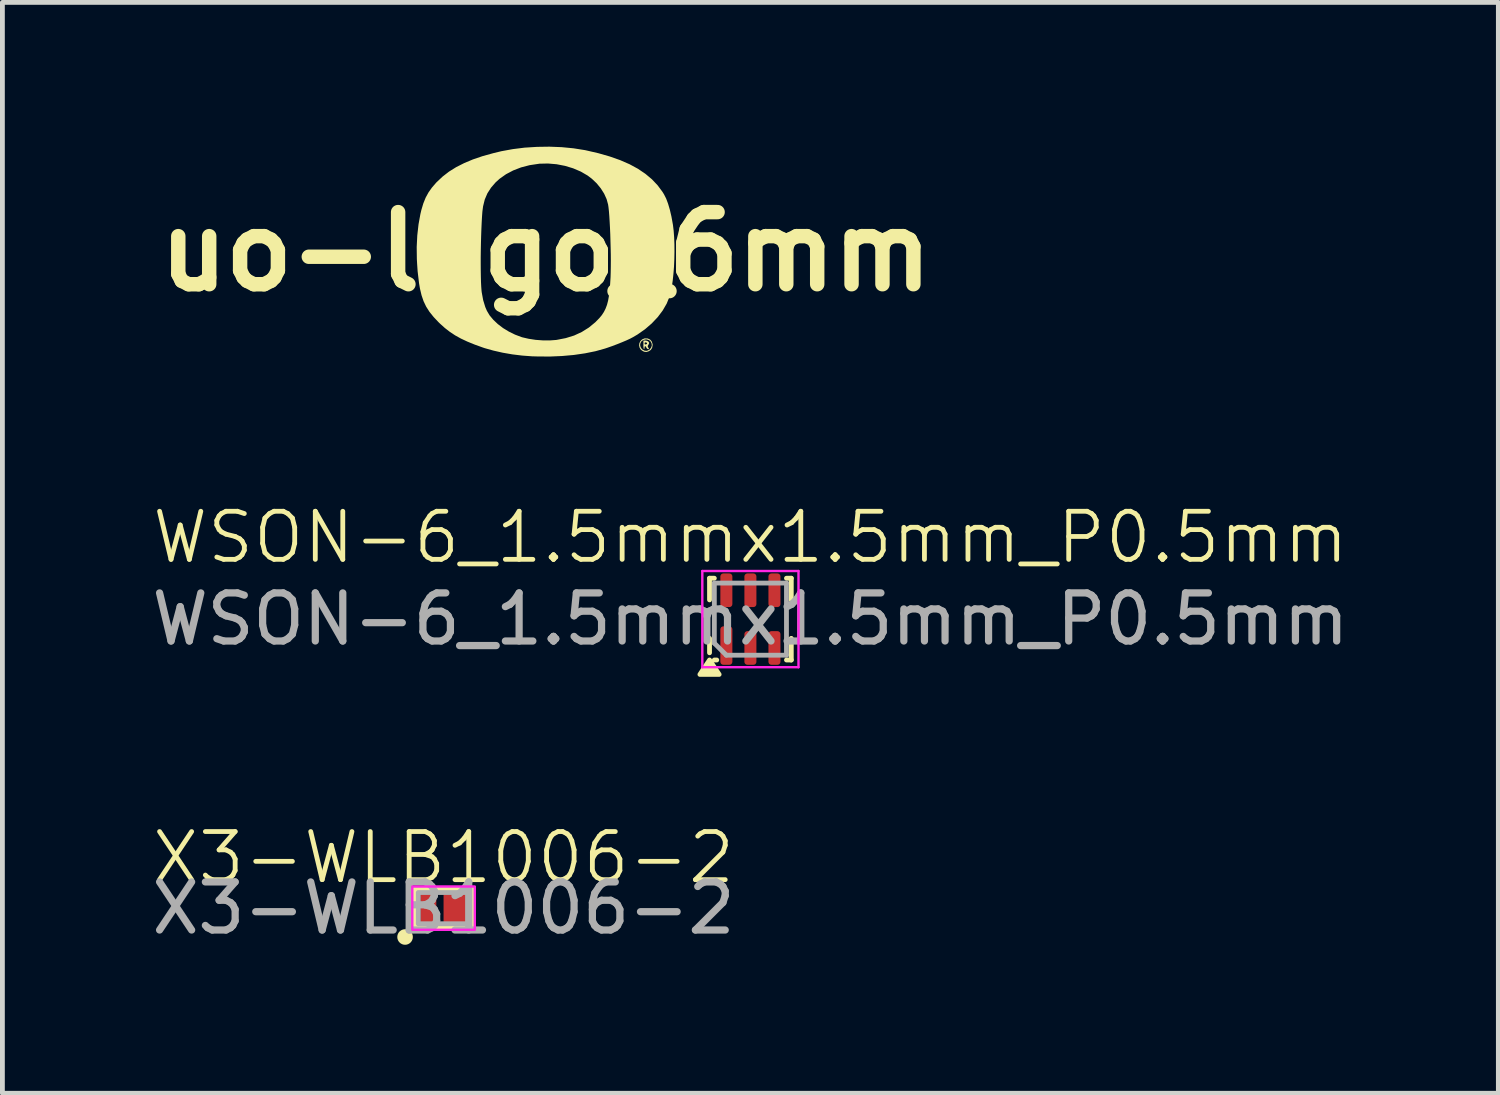
<source format=kicad_pcb>
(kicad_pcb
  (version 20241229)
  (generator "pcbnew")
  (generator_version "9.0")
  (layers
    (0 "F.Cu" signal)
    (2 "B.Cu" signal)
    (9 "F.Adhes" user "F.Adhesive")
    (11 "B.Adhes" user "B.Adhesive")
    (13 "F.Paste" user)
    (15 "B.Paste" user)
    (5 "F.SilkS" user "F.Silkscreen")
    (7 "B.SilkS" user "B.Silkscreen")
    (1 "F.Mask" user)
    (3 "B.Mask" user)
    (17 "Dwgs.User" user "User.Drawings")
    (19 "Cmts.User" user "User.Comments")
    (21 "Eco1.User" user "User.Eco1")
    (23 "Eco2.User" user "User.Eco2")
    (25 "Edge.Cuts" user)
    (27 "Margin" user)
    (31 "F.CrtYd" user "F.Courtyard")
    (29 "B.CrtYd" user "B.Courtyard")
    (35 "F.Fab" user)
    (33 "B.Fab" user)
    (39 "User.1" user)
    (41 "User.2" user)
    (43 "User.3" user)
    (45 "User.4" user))
  (footprint "WSON-6_1.5mmx1.5mm_P0.5mm"
    (layer "F.Cu")
    (at 12.554 9.824)
    (property "Reference" "WSON-6_1.5mmx1.5mm_P0.5mm" (at 0 -1.7 0) (unlocked yes) (layer "F.SilkS") (effects (font (size 1 1) (thickness 0.1))))
    (attr smd)
    (fp_line (start -0.85 -0.4) (end -0.85 -0.85) (stroke (width 0.1) (type solid)) (layer "F.SilkS"))
    (fp_line (start -0.85 0.7) (end -0.85 0.4) (stroke (width 0.1) (type solid)) (layer "F.SilkS"))
    (fp_line (start -0.75 -0.85) (end -0.85 -0.85) (stroke (width 0.1) (type solid)) (layer "F.SilkS"))
    (fp_line (start -0.7 0.85) (end -0.75 0.85) (stroke (width 0.1) (type solid)) (layer "F.SilkS"))
    (fp_line (start 0.75 -0.85) (end 0.85 -0.85) (stroke (width 0.1) (type solid)) (layer "F.SilkS"))
    (fp_line (start 0.75 0.85) (end 0.85 0.85) (stroke (width 0.1) (type solid)) (layer "F.SilkS"))
    (fp_line (start 0.85 -0.85) (end 0.85 -0.4) (stroke (width 0.1) (type solid)) (layer "F.SilkS"))
    (fp_line (start 0.85 0.85) (end 0.85 0.4) (stroke (width 0.1) (type solid)) (layer "F.SilkS"))
    (fp_poly (pts (xy -0.85 0.85) (xy -1.05 1.15) (xy -0.65 1.15) (xy -0.85 0.85)) (stroke (width 0.1) (type solid)) (fill yes) (layer "F.SilkS"))
    (fp_line (start -1 -1) (end -1 1) (stroke (width 0.05) (type solid)) (layer "F.CrtYd"))
    (fp_line (start -1 1) (end 1 1) (stroke (width 0.05) (type solid)) (layer "F.CrtYd"))
    (fp_line (start 1 -1) (end -1 -1) (stroke (width 0.05) (type solid)) (layer "F.CrtYd"))
    (fp_line (start 1 1) (end 1 -1) (stroke (width 0.05) (type solid)) (layer "F.CrtYd"))
    (fp_line (start -0.75 -0.75) (end 0.75 -0.75) (stroke (width 0.1) (type solid)) (layer "F.Fab"))
    (fp_line (start -0.75 0.5) (end -0.75 -0.75) (stroke (width 0.1) (type solid)) (layer "F.Fab"))
    (fp_line (start -0.75 0.5) (end -0.5 0.75) (stroke (width 0.1) (type solid)) (layer "F.Fab"))
    (fp_line (start 0.75 -0.75) (end 0.75 0.75) (stroke (width 0.1) (type solid)) (layer "F.Fab"))
    (fp_line (start 0.75 0.75) (end -0.5 0.75) (stroke (width 0.1) (type solid)) (layer "F.Fab"))
    (fp_text user "${REFERENCE}" (at 0 0 0) (unlocked yes) (layer "F.Fab") (effects (font (size 1 1) (thickness 0.15))))
    (pad "1" smd roundrect (at -0.5 0.55) (size 0.25 0.8) (layers "F.Cu" "F.Mask" "F.Paste") (roundrect_rratio 0.25))
    (pad "2" smd roundrect (at 0 0.6) (size 0.25 0.7) (layers "F.Cu" "F.Mask" "F.Paste") (roundrect_rratio 0.25))
    (pad "3" smd roundrect (at 0.5 0.6) (size 0.25 0.7) (layers "F.Cu" "F.Mask" "F.Paste") (roundrect_rratio 0.25))
    (pad "4" smd roundrect (at 0.5 -0.6) (size 0.25 0.7) (layers "F.Cu" "F.Mask" "F.Paste") (roundrect_rratio 0.25))
    (pad "5" smd roundrect (at 0 -0.6) (size 0.25 0.7) (layers "F.Cu" "F.Mask" "F.Paste") (roundrect_rratio 0.25))
    (pad "6" smd roundrect (at -0.5 -0.6) (size 0.25 0.7) (layers "F.Cu" "F.Mask" "F.Paste") (roundrect_rratio 0.25))
    (zone (net_name "") (layer "F.Cu") (hatch edge 0.5) (connect_pads) (min_thickness 0.25) (filled_areas_thickness no) (keepout (tracks allowed) (vias allowed) (pads allowed) (copperpour not_allowed) (footprints allowed)) (placement (enabled no)) (fill) (polygon (pts (xy 11.554 8.824) (xy 11.554 10.824) (xy 13.554 10.824) (xy 13.554 8.824)))))
  (footprint "uo-logo_6mm"
    (layer "F.Cu")
    (at 8.3 2.182)
    (property "Reference" "uo-logo_6mm" (at 0 0 0) (layer "F.SilkS") (effects (font (size 1.5 1.5) (thickness 0.3))))
    (attr board_only exclude_from_pos_files exclude_from_bom)
    (fp_poly (pts (xy 2.108 1.856) (xy 2.136 1.874) (xy 2.149 1.899) (xy 2.149 1.901) (xy 2.142 1.921) (xy 2.13 1.942) (xy 2.119 1.963) (xy 2.121 1.981) (xy 2.132 1.998) (xy 2.144 2.02) (xy 2.142 2.027) (xy 2.128 2.029) (xy 2.104 2.017) (xy 2.089 1.993) (xy 2.074 1.968) (xy 2.061 1.966) (xy 2.053 1.987) (xy 2.053 1.999) (xy 2.048 2.022) (xy 2.041 2.029) (xy 2.035 2.017) (xy 2.03 1.987) (xy 2.029 1.943) (xy 2.029 1.939) (xy 2.029 1.909) (xy 2.053 1.909) (xy 2.058 1.928) (xy 2.079 1.931) (xy 2.08 1.93) (xy 2.101 1.921) (xy 2.107 1.909) (xy 2.096 1.893) (xy 2.08 1.887) (xy 2.059 1.889) (xy 2.053 1.908) (xy 2.053 1.909) (xy 2.029 1.909) (xy 2.029 1.849) (xy 2.07 1.849)) (stroke (width 0) (type solid)) (fill yes) (layer "F.SilkS"))
    (fp_poly (pts (xy 2.12 1.807) (xy 2.168 1.829) (xy 2.202 1.868) (xy 2.219 1.921) (xy 2.221 1.942) (xy 2.211 2) (xy 2.182 2.045) (xy 2.141 2.072) (xy 2.097 2.086) (xy 2.058 2.085) (xy 2.023 2.072) (xy 1.978 2.042) (xy 1.951 2) (xy 1.94 1.953) (xy 1.941 1.942) (xy 1.96 1.942) (xy 1.97 1.987) (xy 2 2.029) (xy 2.006 2.034) (xy 2.053 2.06) (xy 2.102 2.063) (xy 2.149 2.042) (xy 2.159 2.034) (xy 2.191 1.994) (xy 2.204 1.949) (xy 2.198 1.905) (xy 2.176 1.866) (xy 2.14 1.838) (xy 2.092 1.825) (xy 2.083 1.825) (xy 2.031 1.835) (xy 1.992 1.861) (xy 1.968 1.899) (xy 1.96 1.942) (xy 1.941 1.942) (xy 1.945 1.905) (xy 1.966 1.862) (xy 2.001 1.827) (xy 2.05 1.806) (xy 2.062 1.804)) (stroke (width 0) (type solid)) (fill yes) (layer "F.SilkS"))
    (fp_poly (pts (xy 0.33 -2.172) (xy 0.576 -2.148) (xy 0.809 -2.111) (xy 0.834 -2.106) (xy 1.093 -2.046) (xy 1.33 -1.978) (xy 1.546 -1.902) (xy 1.741 -1.817) (xy 1.916 -1.722) (xy 2.071 -1.617) (xy 2.207 -1.503) (xy 2.325 -1.378) (xy 2.426 -1.242) (xy 2.459 -1.188) (xy 2.502 -1.103) (xy 2.542 -0.996) (xy 2.579 -0.87) (xy 2.612 -0.729) (xy 2.64 -0.574) (xy 2.643 -0.558) (xy 2.658 -0.435) (xy 2.668 -0.298) (xy 2.674 -0.15) (xy 2.675 0.004) (xy 2.672 0.16) (xy 2.665 0.316) (xy 2.653 0.466) (xy 2.638 0.607) (xy 2.619 0.736) (xy 2.597 0.848) (xy 2.573 0.934) (xy 2.513 1.082) (xy 2.43 1.225) (xy 2.326 1.363) (xy 2.203 1.493) (xy 2.063 1.614) (xy 1.906 1.724) (xy 1.816 1.777) (xy 1.754 1.81) (xy 1.674 1.847) (xy 1.581 1.886) (xy 1.481 1.926) (xy 1.378 1.965) (xy 1.278 2) (xy 1.23 2.016) (xy 1.033 2.071) (xy 0.816 2.115) (xy 0.583 2.149) (xy 0.337 2.171) (xy 0.081 2.182) (xy -0.182 2.18) (xy -0.288 2.177) (xy -0.49 2.162) (xy -0.696 2.137) (xy -0.898 2.102) (xy -1.091 2.058) (xy -1.269 2.008) (xy -1.308 1.995) (xy -1.48 1.933) (xy -1.632 1.871) (xy -1.766 1.808) (xy -1.887 1.741) (xy -1.997 1.668) (xy -2.1 1.588) (xy -2.2 1.498) (xy -2.228 1.471) (xy -2.333 1.36) (xy -2.419 1.253) (xy -2.488 1.145) (xy -2.542 1.032) (xy -2.584 0.909) (xy -2.617 0.77) (xy -2.636 0.66) (xy -2.666 0.407) (xy -2.676 0.259) (xy -1.354 0.259) (xy -1.353 0.396) (xy -1.351 0.523) (xy -1.348 0.636) (xy -1.343 0.734) (xy -1.337 0.812) (xy -1.333 0.846) (xy -1.303 1.009) (xy -1.259 1.153) (xy -1.225 1.232) (xy -1.169 1.326) (xy -1.092 1.418) (xy -0.998 1.507) (xy -0.889 1.59) (xy -0.769 1.663) (xy -0.641 1.726) (xy -0.509 1.776) (xy -0.486 1.783) (xy -0.356 1.813) (xy -0.212 1.835) (xy -0.064 1.846) (xy 0.081 1.847) (xy 0.215 1.837) (xy 0.223 1.836) (xy 0.413 1.799) (xy 0.588 1.745) (xy 0.748 1.671) (xy 0.895 1.579) (xy 1.031 1.467) (xy 1.051 1.446) (xy 1.113 1.383) (xy 1.165 1.32) (xy 1.208 1.254) (xy 1.243 1.184) (xy 1.272 1.107) (xy 1.295 1.019) (xy 1.313 0.917) (xy 1.328 0.8) (xy 1.338 0.663) (xy 1.346 0.533) (xy 1.349 0.433) (xy 1.351 0.319) (xy 1.352 0.192) (xy 1.351 0.058) (xy 1.348 -0.081) (xy 1.344 -0.223) (xy 1.34 -0.362) (xy 1.334 -0.497) (xy 1.327 -0.624) (xy 1.32 -0.739) (xy 1.312 -0.84) (xy 1.303 -0.923) (xy 1.295 -0.978) (xy 1.264 -1.091) (xy 1.213 -1.204) (xy 1.143 -1.315) (xy 1.057 -1.42) (xy 0.958 -1.514) (xy 0.87 -1.581) (xy 0.727 -1.664) (xy 0.568 -1.732) (xy 0.399 -1.783) (xy 0.223 -1.817) (xy 0.045 -1.832) (xy -0.131 -1.828) (xy -0.153 -1.825) (xy -0.339 -1.797) (xy -0.515 -1.751) (xy -0.678 -1.688) (xy -0.828 -1.609) (xy -0.961 -1.515) (xy -1.043 -1.441) (xy -1.139 -1.33) (xy -1.215 -1.212) (xy -1.27 -1.083) (xy -1.305 -0.941) (xy -1.319 -0.834) (xy -1.327 -0.726) (xy -1.334 -0.603) (xy -1.34 -0.47) (xy -1.345 -0.328) (xy -1.349 -0.181) (xy -1.352 -0.032) (xy -1.354 0.116) (xy -1.354 0.259) (xy -2.676 0.259) (xy -2.682 0.153) (xy -2.685 -0.096) (xy -2.673 -0.337) (xy -2.647 -0.567) (xy -2.608 -0.782) (xy -2.588 -0.866) (xy -2.547 -1.003) (xy -2.499 -1.122) (xy -2.44 -1.23) (xy -2.368 -1.332) (xy -2.279 -1.435) (xy -2.267 -1.447) (xy -2.147 -1.56) (xy -2.014 -1.663) (xy -1.865 -1.756) (xy -1.699 -1.84) (xy -1.516 -1.917) (xy -1.313 -1.986) (xy -1.089 -2.048) (xy -0.923 -2.088) (xy -0.688 -2.131) (xy -0.44 -2.162) (xy -0.184 -2.178) (xy 0.074 -2.182)) (stroke (width 0) (type solid)) (fill yes) (layer "F.SilkS")))
  (footprint "X3-WLB1006-2"
    (layer "F.Cu")
    (at 6.173 15.834)
    (property "Reference" "X3-WLB1006-2" (at 0 -1.05 0) (unlocked yes) (layer "F.SilkS") (effects (font (size 1 1) (thickness 0.1))))
    (attr smd)
    (fp_rect (start -0.6 -0.4) (end 0.6 0.4) (stroke (width 0.1) (type default)) (fill no) (layer "F.SilkS"))
    (fp_circle (center -0.8 0.6) (end -0.7 0.55) (stroke (width 0.1) (type default)) (fill yes) (layer "F.SilkS"))
    (fp_rect (start -0.65 -0.45) (end 0.65 0.45) (stroke (width 0.05) (type default)) (fill no) (layer "F.CrtYd"))
    (fp_rect (start -0.525 -0.325) (end 0.525 0.325) (stroke (width 0.1) (type default)) (fill no) (layer "F.Fab"))
    (fp_text user "${REFERENCE}" (at 0 0 0) (unlocked yes) (layer "F.Fab") (effects (font (size 1 1) (thickness 0.15))))
    (pad "1" smd rect (at -0.316 0) (size 0.332 0.579) (layers "F.Cu" "F.Mask" "F.Paste"))
    (pad "2" smd rect (at 0.254 0) (size 0.507 0.579) (layers "F.Cu" "F.Mask" "F.Paste")))
  (gr_rect
    (start -3 -3)
    (end 28.107 19.683)
    (stroke (width 0.1) (type default))
    (fill no)
    (layer "Edge.Cuts")))
</source>
